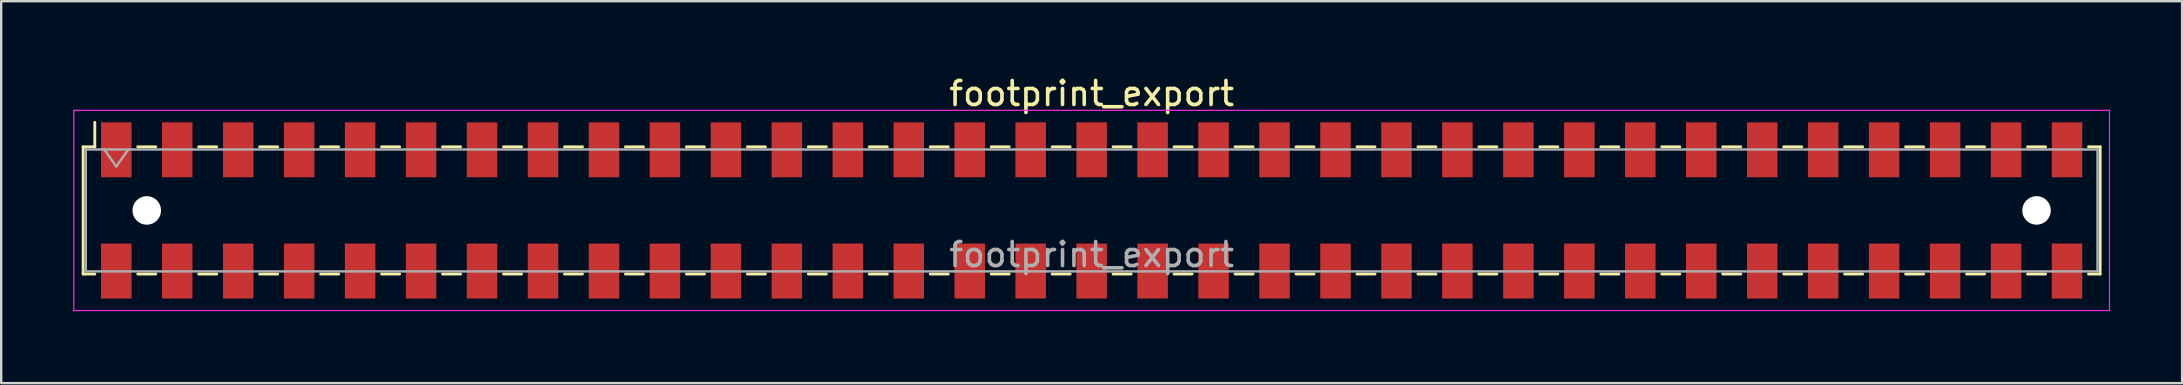
<source format=kicad_pcb>
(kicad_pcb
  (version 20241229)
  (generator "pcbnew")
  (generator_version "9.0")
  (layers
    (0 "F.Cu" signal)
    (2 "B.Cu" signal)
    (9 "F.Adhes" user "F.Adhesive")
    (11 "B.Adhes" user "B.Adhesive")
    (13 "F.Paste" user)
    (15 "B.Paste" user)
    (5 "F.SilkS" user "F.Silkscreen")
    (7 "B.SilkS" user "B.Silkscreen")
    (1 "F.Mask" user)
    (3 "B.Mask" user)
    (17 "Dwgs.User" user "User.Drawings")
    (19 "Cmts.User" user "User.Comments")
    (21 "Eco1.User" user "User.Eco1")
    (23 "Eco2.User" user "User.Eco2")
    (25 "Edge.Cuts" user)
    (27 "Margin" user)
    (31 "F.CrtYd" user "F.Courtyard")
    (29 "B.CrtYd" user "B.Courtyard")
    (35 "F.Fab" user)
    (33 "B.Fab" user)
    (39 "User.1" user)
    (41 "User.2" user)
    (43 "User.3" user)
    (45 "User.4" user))
  (footprint "footprint_export"
    (layer "F.Cu")
    (at 42.435 5.718)
    (property "Reference" "footprint_export" (at 0 -4.87 0) (layer "F.SilkS") (effects (font (size 1 1) (thickness 0.15))))
    (attr smd)
    (fp_line (start -42.02 -2.65) (end -42.02 2.65) (stroke (width 0.12) (type solid)) (layer "F.SilkS"))
    (fp_line (start -42.02 2.65) (end -41.535 2.65) (stroke (width 0.12) (type solid)) (layer "F.SilkS"))
    (fp_line (start -41.535 -3.67) (end -41.535 -2.65) (stroke (width 0.12) (type solid)) (layer "F.SilkS"))
    (fp_line (start -41.535 -2.65) (end -42.02 -2.65) (stroke (width 0.12) (type solid)) (layer "F.SilkS"))
    (fp_line (start -39.745 -2.65) (end -38.995 -2.65) (stroke (width 0.12) (type solid)) (layer "F.SilkS"))
    (fp_line (start -39.745 2.65) (end -38.995 2.65) (stroke (width 0.12) (type solid)) (layer "F.SilkS"))
    (fp_line (start -37.205 -2.65) (end -36.455 -2.65) (stroke (width 0.12) (type solid)) (layer "F.SilkS"))
    (fp_line (start -37.205 2.65) (end -36.455 2.65) (stroke (width 0.12) (type solid)) (layer "F.SilkS"))
    (fp_line (start -34.665 -2.65) (end -33.915 -2.65) (stroke (width 0.12) (type solid)) (layer "F.SilkS"))
    (fp_line (start -34.665 2.65) (end -33.915 2.65) (stroke (width 0.12) (type solid)) (layer "F.SilkS"))
    (fp_line (start -32.125 -2.65) (end -31.375 -2.65) (stroke (width 0.12) (type solid)) (layer "F.SilkS"))
    (fp_line (start -32.125 2.65) (end -31.375 2.65) (stroke (width 0.12) (type solid)) (layer "F.SilkS"))
    (fp_line (start -29.585 -2.65) (end -28.835 -2.65) (stroke (width 0.12) (type solid)) (layer "F.SilkS"))
    (fp_line (start -29.585 2.65) (end -28.835 2.65) (stroke (width 0.12) (type solid)) (layer "F.SilkS"))
    (fp_line (start -27.045 -2.65) (end -26.295 -2.65) (stroke (width 0.12) (type solid)) (layer "F.SilkS"))
    (fp_line (start -27.045 2.65) (end -26.295 2.65) (stroke (width 0.12) (type solid)) (layer "F.SilkS"))
    (fp_line (start -24.505 -2.65) (end -23.755 -2.65) (stroke (width 0.12) (type solid)) (layer "F.SilkS"))
    (fp_line (start -24.505 2.65) (end -23.755 2.65) (stroke (width 0.12) (type solid)) (layer "F.SilkS"))
    (fp_line (start -21.965 -2.65) (end -21.215 -2.65) (stroke (width 0.12) (type solid)) (layer "F.SilkS"))
    (fp_line (start -21.965 2.65) (end -21.215 2.65) (stroke (width 0.12) (type solid)) (layer "F.SilkS"))
    (fp_line (start -19.425 -2.65) (end -18.675 -2.65) (stroke (width 0.12) (type solid)) (layer "F.SilkS"))
    (fp_line (start -19.425 2.65) (end -18.675 2.65) (stroke (width 0.12) (type solid)) (layer "F.SilkS"))
    (fp_line (start -16.885 -2.65) (end -16.135 -2.65) (stroke (width 0.12) (type solid)) (layer "F.SilkS"))
    (fp_line (start -16.885 2.65) (end -16.135 2.65) (stroke (width 0.12) (type solid)) (layer "F.SilkS"))
    (fp_line (start -14.345 -2.65) (end -13.595 -2.65) (stroke (width 0.12) (type solid)) (layer "F.SilkS"))
    (fp_line (start -14.345 2.65) (end -13.595 2.65) (stroke (width 0.12) (type solid)) (layer "F.SilkS"))
    (fp_line (start -11.805 -2.65) (end -11.055 -2.65) (stroke (width 0.12) (type solid)) (layer "F.SilkS"))
    (fp_line (start -11.805 2.65) (end -11.055 2.65) (stroke (width 0.12) (type solid)) (layer "F.SilkS"))
    (fp_line (start -9.265 -2.65) (end -8.515 -2.65) (stroke (width 0.12) (type solid)) (layer "F.SilkS"))
    (fp_line (start -9.265 2.65) (end -8.515 2.65) (stroke (width 0.12) (type solid)) (layer "F.SilkS"))
    (fp_line (start -6.725 -2.65) (end -5.975 -2.65) (stroke (width 0.12) (type solid)) (layer "F.SilkS"))
    (fp_line (start -6.725 2.65) (end -5.975 2.65) (stroke (width 0.12) (type solid)) (layer "F.SilkS"))
    (fp_line (start -4.185 -2.65) (end -3.435 -2.65) (stroke (width 0.12) (type solid)) (layer "F.SilkS"))
    (fp_line (start -4.185 2.65) (end -3.435 2.65) (stroke (width 0.12) (type solid)) (layer "F.SilkS"))
    (fp_line (start -1.645 -2.65) (end -0.895 -2.65) (stroke (width 0.12) (type solid)) (layer "F.SilkS"))
    (fp_line (start -1.645 2.65) (end -0.895 2.65) (stroke (width 0.12) (type solid)) (layer "F.SilkS"))
    (fp_line (start 0.895 -2.65) (end 1.645 -2.65) (stroke (width 0.12) (type solid)) (layer "F.SilkS"))
    (fp_line (start 0.895 2.65) (end 1.645 2.65) (stroke (width 0.12) (type solid)) (layer "F.SilkS"))
    (fp_line (start 3.435 -2.65) (end 4.185 -2.65) (stroke (width 0.12) (type solid)) (layer "F.SilkS"))
    (fp_line (start 3.435 2.65) (end 4.185 2.65) (stroke (width 0.12) (type solid)) (layer "F.SilkS"))
    (fp_line (start 5.975 -2.65) (end 6.725 -2.65) (stroke (width 0.12) (type solid)) (layer "F.SilkS"))
    (fp_line (start 5.975 2.65) (end 6.725 2.65) (stroke (width 0.12) (type solid)) (layer "F.SilkS"))
    (fp_line (start 8.515 -2.65) (end 9.265 -2.65) (stroke (width 0.12) (type solid)) (layer "F.SilkS"))
    (fp_line (start 8.515 2.65) (end 9.265 2.65) (stroke (width 0.12) (type solid)) (layer "F.SilkS"))
    (fp_line (start 11.055 -2.65) (end 11.805 -2.65) (stroke (width 0.12) (type solid)) (layer "F.SilkS"))
    (fp_line (start 11.055 2.65) (end 11.805 2.65) (stroke (width 0.12) (type solid)) (layer "F.SilkS"))
    (fp_line (start 13.595 -2.65) (end 14.345 -2.65) (stroke (width 0.12) (type solid)) (layer "F.SilkS"))
    (fp_line (start 13.595 2.65) (end 14.345 2.65) (stroke (width 0.12) (type solid)) (layer "F.SilkS"))
    (fp_line (start 16.135 -2.65) (end 16.885 -2.65) (stroke (width 0.12) (type solid)) (layer "F.SilkS"))
    (fp_line (start 16.135 2.65) (end 16.885 2.65) (stroke (width 0.12) (type solid)) (layer "F.SilkS"))
    (fp_line (start 18.675 -2.65) (end 19.425 -2.65) (stroke (width 0.12) (type solid)) (layer "F.SilkS"))
    (fp_line (start 18.675 2.65) (end 19.425 2.65) (stroke (width 0.12) (type solid)) (layer "F.SilkS"))
    (fp_line (start 21.215 -2.65) (end 21.965 -2.65) (stroke (width 0.12) (type solid)) (layer "F.SilkS"))
    (fp_line (start 21.215 2.65) (end 21.965 2.65) (stroke (width 0.12) (type solid)) (layer "F.SilkS"))
    (fp_line (start 23.755 -2.65) (end 24.505 -2.65) (stroke (width 0.12) (type solid)) (layer "F.SilkS"))
    (fp_line (start 23.755 2.65) (end 24.505 2.65) (stroke (width 0.12) (type solid)) (layer "F.SilkS"))
    (fp_line (start 26.295 -2.65) (end 27.045 -2.65) (stroke (width 0.12) (type solid)) (layer "F.SilkS"))
    (fp_line (start 26.295 2.65) (end 27.045 2.65) (stroke (width 0.12) (type solid)) (layer "F.SilkS"))
    (fp_line (start 28.835 -2.65) (end 29.585 -2.65) (stroke (width 0.12) (type solid)) (layer "F.SilkS"))
    (fp_line (start 28.835 2.65) (end 29.585 2.65) (stroke (width 0.12) (type solid)) (layer "F.SilkS"))
    (fp_line (start 31.375 -2.65) (end 32.125 -2.65) (stroke (width 0.12) (type solid)) (layer "F.SilkS"))
    (fp_line (start 31.375 2.65) (end 32.125 2.65) (stroke (width 0.12) (type solid)) (layer "F.SilkS"))
    (fp_line (start 33.915 -2.65) (end 34.665 -2.65) (stroke (width 0.12) (type solid)) (layer "F.SilkS"))
    (fp_line (start 33.915 2.65) (end 34.665 2.65) (stroke (width 0.12) (type solid)) (layer "F.SilkS"))
    (fp_line (start 36.455 -2.65) (end 37.205 -2.65) (stroke (width 0.12) (type solid)) (layer "F.SilkS"))
    (fp_line (start 36.455 2.65) (end 37.205 2.65) (stroke (width 0.12) (type solid)) (layer "F.SilkS"))
    (fp_line (start 38.995 -2.65) (end 39.745 -2.65) (stroke (width 0.12) (type solid)) (layer "F.SilkS"))
    (fp_line (start 38.995 2.65) (end 39.745 2.65) (stroke (width 0.12) (type solid)) (layer "F.SilkS"))
    (fp_line (start 41.535 -2.65) (end 42.02 -2.65) (stroke (width 0.12) (type solid)) (layer "F.SilkS"))
    (fp_line (start 42.02 -2.65) (end 42.02 2.65) (stroke (width 0.12) (type solid)) (layer "F.SilkS"))
    (fp_line (start 42.02 2.65) (end 41.535 2.65) (stroke (width 0.12) (type solid)) (layer "F.SilkS"))
    (fp_line (start -42.41 -4.17) (end 42.41 -4.17) (stroke (width 0.05) (type solid)) (layer "F.CrtYd"))
    (fp_line (start -42.41 4.17) (end -42.41 -4.17) (stroke (width 0.05) (type solid)) (layer "F.CrtYd"))
    (fp_line (start 42.41 -4.17) (end 42.41 4.17) (stroke (width 0.05) (type solid)) (layer "F.CrtYd"))
    (fp_line (start 42.41 4.17) (end -42.41 4.17) (stroke (width 0.05) (type solid)) (layer "F.CrtYd"))
    (fp_line (start -41.91 -2.54) (end 41.91 -2.54) (stroke (width 0.1) (type solid)) (layer "F.Fab"))
    (fp_line (start -41.91 2.54) (end -41.91 -2.54) (stroke (width 0.1) (type solid)) (layer "F.Fab"))
    (fp_line (start -41.14 -2.54) (end -40.64 -1.833) (stroke (width 0.1) (type solid)) (layer "F.Fab"))
    (fp_line (start -40.64 -1.833) (end -40.14 -2.54) (stroke (width 0.1) (type solid)) (layer "F.Fab"))
    (fp_line (start 41.91 -2.54) (end 41.91 2.54) (stroke (width 0.1) (type solid)) (layer "F.Fab"))
    (fp_line (start 41.91 2.54) (end -41.91 2.54) (stroke (width 0.1) (type solid)) (layer "F.Fab"))
    (fp_text user "${REFERENCE}" (at 0 1.84 0) (layer "F.Fab") (effects (font (size 1 1) (thickness 0.15))))
    (pad "" np_thru_hole circle (at -39.37 0) (size 1.19 1.19) (drill 1.19) (layers "*.Cu" "*.Mask"))
    (pad "" np_thru_hole circle (at 39.37 0) (size 1.19 1.19) (drill 1.19) (layers "*.Cu" "*.Mask"))
    (pad "1" smd rect (at -40.64 -2.525) (size 1.27 2.29) (layers "F.Cu" "F.Mask" "F.Paste"))
    (pad "2" smd rect (at -40.64 2.525) (size 1.27 2.29) (layers "F.Cu" "F.Mask" "F.Paste"))
    (pad "3" smd rect (at -38.1 -2.525) (size 1.27 2.29) (layers "F.Cu" "F.Mask" "F.Paste"))
    (pad "4" smd rect (at -38.1 2.525) (size 1.27 2.29) (layers "F.Cu" "F.Mask" "F.Paste"))
    (pad "5" smd rect (at -35.56 -2.525) (size 1.27 2.29) (layers "F.Cu" "F.Mask" "F.Paste"))
    (pad "6" smd rect (at -35.56 2.525) (size 1.27 2.29) (layers "F.Cu" "F.Mask" "F.Paste"))
    (pad "7" smd rect (at -33.02 -2.525) (size 1.27 2.29) (layers "F.Cu" "F.Mask" "F.Paste"))
    (pad "8" smd rect (at -33.02 2.525) (size 1.27 2.29) (layers "F.Cu" "F.Mask" "F.Paste"))
    (pad "9" smd rect (at -30.48 -2.525) (size 1.27 2.29) (layers "F.Cu" "F.Mask" "F.Paste"))
    (pad "10" smd rect (at -30.48 2.525) (size 1.27 2.29) (layers "F.Cu" "F.Mask" "F.Paste"))
    (pad "11" smd rect (at -27.94 -2.525) (size 1.27 2.29) (layers "F.Cu" "F.Mask" "F.Paste"))
    (pad "12" smd rect (at -27.94 2.525) (size 1.27 2.29) (layers "F.Cu" "F.Mask" "F.Paste"))
    (pad "13" smd rect (at -25.4 -2.525) (size 1.27 2.29) (layers "F.Cu" "F.Mask" "F.Paste"))
    (pad "14" smd rect (at -25.4 2.525) (size 1.27 2.29) (layers "F.Cu" "F.Mask" "F.Paste"))
    (pad "15" smd rect (at -22.86 -2.525) (size 1.27 2.29) (layers "F.Cu" "F.Mask" "F.Paste"))
    (pad "16" smd rect (at -22.86 2.525) (size 1.27 2.29) (layers "F.Cu" "F.Mask" "F.Paste"))
    (pad "17" smd rect (at -20.32 -2.525) (size 1.27 2.29) (layers "F.Cu" "F.Mask" "F.Paste"))
    (pad "18" smd rect (at -20.32 2.525) (size 1.27 2.29) (layers "F.Cu" "F.Mask" "F.Paste"))
    (pad "19" smd rect (at -17.78 -2.525) (size 1.27 2.29) (layers "F.Cu" "F.Mask" "F.Paste"))
    (pad "20" smd rect (at -17.78 2.525) (size 1.27 2.29) (layers "F.Cu" "F.Mask" "F.Paste"))
    (pad "21" smd rect (at -15.24 -2.525) (size 1.27 2.29) (layers "F.Cu" "F.Mask" "F.Paste"))
    (pad "22" smd rect (at -15.24 2.525) (size 1.27 2.29) (layers "F.Cu" "F.Mask" "F.Paste"))
    (pad "23" smd rect (at -12.7 -2.525) (size 1.27 2.29) (layers "F.Cu" "F.Mask" "F.Paste"))
    (pad "24" smd rect (at -12.7 2.525) (size 1.27 2.29) (layers "F.Cu" "F.Mask" "F.Paste"))
    (pad "25" smd rect (at -10.16 -2.525) (size 1.27 2.29) (layers "F.Cu" "F.Mask" "F.Paste"))
    (pad "26" smd rect (at -10.16 2.525) (size 1.27 2.29) (layers "F.Cu" "F.Mask" "F.Paste"))
    (pad "27" smd rect (at -7.62 -2.525) (size 1.27 2.29) (layers "F.Cu" "F.Mask" "F.Paste"))
    (pad "28" smd rect (at -7.62 2.525) (size 1.27 2.29) (layers "F.Cu" "F.Mask" "F.Paste"))
    (pad "29" smd rect (at -5.08 -2.525) (size 1.27 2.29) (layers "F.Cu" "F.Mask" "F.Paste"))
    (pad "30" smd rect (at -5.08 2.525) (size 1.27 2.29) (layers "F.Cu" "F.Mask" "F.Paste"))
    (pad "31" smd rect (at -2.54 -2.525) (size 1.27 2.29) (layers "F.Cu" "F.Mask" "F.Paste"))
    (pad "32" smd rect (at -2.54 2.525) (size 1.27 2.29) (layers "F.Cu" "F.Mask" "F.Paste"))
    (pad "33" smd rect (at 0 -2.525) (size 1.27 2.29) (layers "F.Cu" "F.Mask" "F.Paste"))
    (pad "34" smd rect (at 0 2.525) (size 1.27 2.29) (layers "F.Cu" "F.Mask" "F.Paste"))
    (pad "35" smd rect (at 2.54 -2.525) (size 1.27 2.29) (layers "F.Cu" "F.Mask" "F.Paste"))
    (pad "36" smd rect (at 2.54 2.525) (size 1.27 2.29) (layers "F.Cu" "F.Mask" "F.Paste"))
    (pad "37" smd rect (at 5.08 -2.525) (size 1.27 2.29) (layers "F.Cu" "F.Mask" "F.Paste"))
    (pad "38" smd rect (at 5.08 2.525) (size 1.27 2.29) (layers "F.Cu" "F.Mask" "F.Paste"))
    (pad "39" smd rect (at 7.62 -2.525) (size 1.27 2.29) (layers "F.Cu" "F.Mask" "F.Paste"))
    (pad "40" smd rect (at 7.62 2.525) (size 1.27 2.29) (layers "F.Cu" "F.Mask" "F.Paste"))
    (pad "41" smd rect (at 10.16 -2.525) (size 1.27 2.29) (layers "F.Cu" "F.Mask" "F.Paste"))
    (pad "42" smd rect (at 10.16 2.525) (size 1.27 2.29) (layers "F.Cu" "F.Mask" "F.Paste"))
    (pad "43" smd rect (at 12.7 -2.525) (size 1.27 2.29) (layers "F.Cu" "F.Mask" "F.Paste"))
    (pad "44" smd rect (at 12.7 2.525) (size 1.27 2.29) (layers "F.Cu" "F.Mask" "F.Paste"))
    (pad "45" smd rect (at 15.24 -2.525) (size 1.27 2.29) (layers "F.Cu" "F.Mask" "F.Paste"))
    (pad "46" smd rect (at 15.24 2.525) (size 1.27 2.29) (layers "F.Cu" "F.Mask" "F.Paste"))
    (pad "47" smd rect (at 17.78 -2.525) (size 1.27 2.29) (layers "F.Cu" "F.Mask" "F.Paste"))
    (pad "48" smd rect (at 17.78 2.525) (size 1.27 2.29) (layers "F.Cu" "F.Mask" "F.Paste"))
    (pad "49" smd rect (at 20.32 -2.525) (size 1.27 2.29) (layers "F.Cu" "F.Mask" "F.Paste"))
    (pad "50" smd rect (at 20.32 2.525) (size 1.27 2.29) (layers "F.Cu" "F.Mask" "F.Paste"))
    (pad "51" smd rect (at 22.86 -2.525) (size 1.27 2.29) (layers "F.Cu" "F.Mask" "F.Paste"))
    (pad "52" smd rect (at 22.86 2.525) (size 1.27 2.29) (layers "F.Cu" "F.Mask" "F.Paste"))
    (pad "53" smd rect (at 25.4 -2.525) (size 1.27 2.29) (layers "F.Cu" "F.Mask" "F.Paste"))
    (pad "54" smd rect (at 25.4 2.525) (size 1.27 2.29) (layers "F.Cu" "F.Mask" "F.Paste"))
    (pad "55" smd rect (at 27.94 -2.525) (size 1.27 2.29) (layers "F.Cu" "F.Mask" "F.Paste"))
    (pad "56" smd rect (at 27.94 2.525) (size 1.27 2.29) (layers "F.Cu" "F.Mask" "F.Paste"))
    (pad "57" smd rect (at 30.48 -2.525) (size 1.27 2.29) (layers "F.Cu" "F.Mask" "F.Paste"))
    (pad "58" smd rect (at 30.48 2.525) (size 1.27 2.29) (layers "F.Cu" "F.Mask" "F.Paste"))
    (pad "59" smd rect (at 33.02 -2.525) (size 1.27 2.29) (layers "F.Cu" "F.Mask" "F.Paste"))
    (pad "60" smd rect (at 33.02 2.525) (size 1.27 2.29) (layers "F.Cu" "F.Mask" "F.Paste"))
    (pad "61" smd rect (at 35.56 -2.525) (size 1.27 2.29) (layers "F.Cu" "F.Mask" "F.Paste"))
    (pad "62" smd rect (at 35.56 2.525) (size 1.27 2.29) (layers "F.Cu" "F.Mask" "F.Paste"))
    (pad "63" smd rect (at 38.1 -2.525) (size 1.27 2.29) (layers "F.Cu" "F.Mask" "F.Paste"))
    (pad "64" smd rect (at 38.1 2.525) (size 1.27 2.29) (layers "F.Cu" "F.Mask" "F.Paste"))
    (pad "65" smd rect (at 40.64 -2.525) (size 1.27 2.29) (layers "F.Cu" "F.Mask" "F.Paste"))
    (pad "66" smd rect (at 40.64 2.525) (size 1.27 2.29) (layers "F.Cu" "F.Mask" "F.Paste")))
  (gr_rect
    (start -3 -3)
    (end 87.87 12.913)
    (stroke (width 0.1) (type default))
    (fill no)
    (layer "Edge.Cuts")))
</source>
